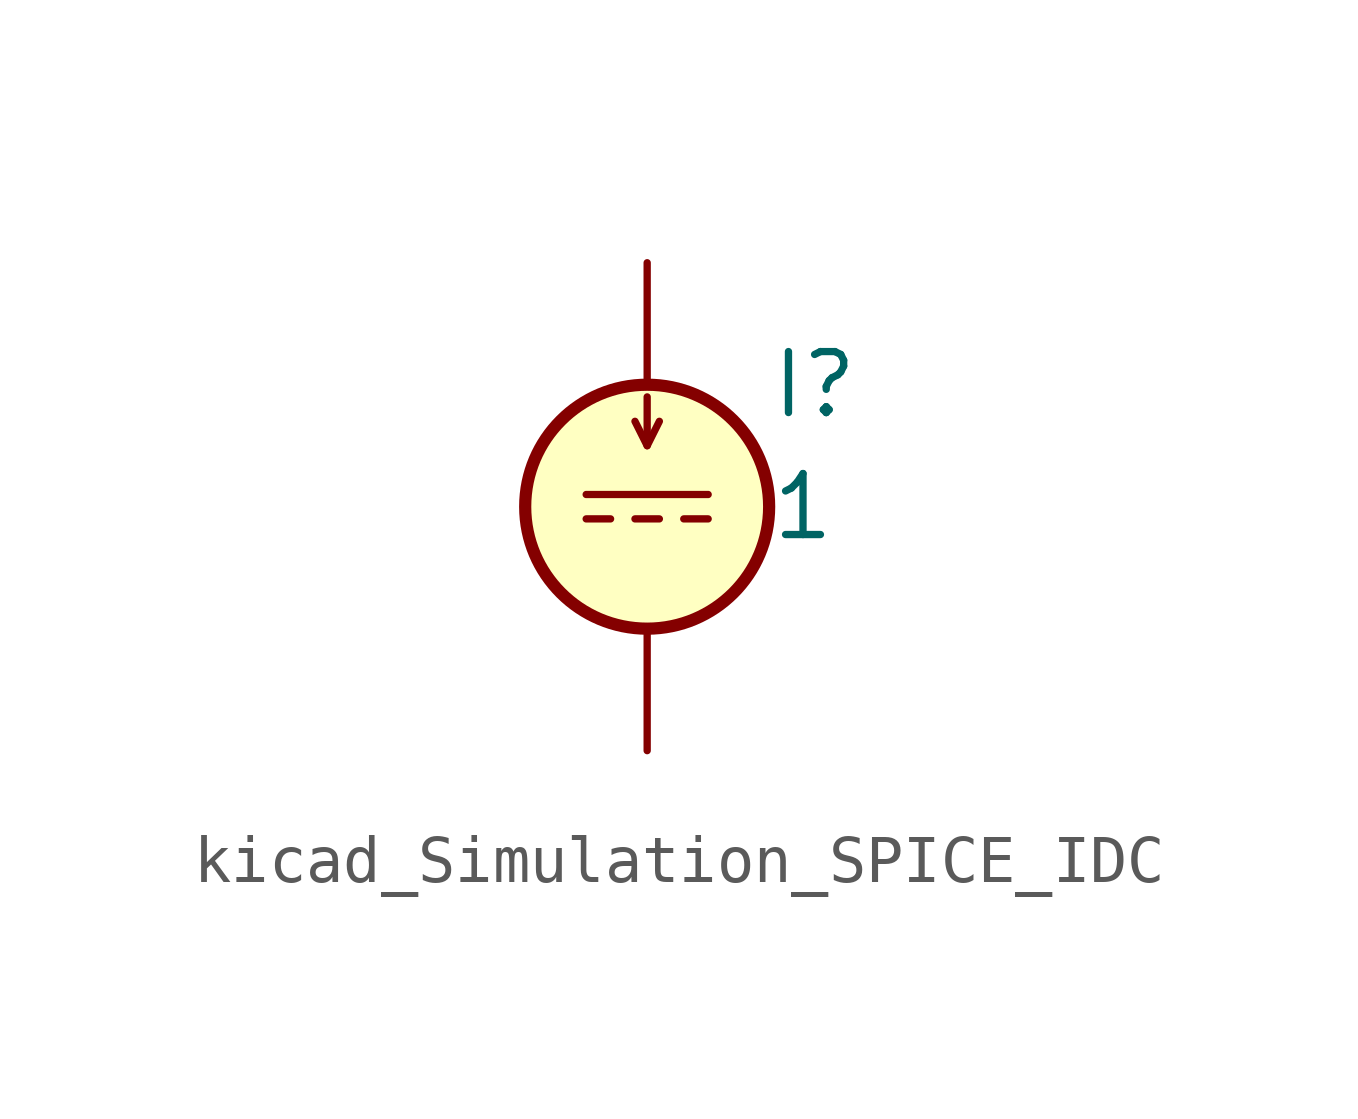
<source format=kicad_sym>
(kicad_symbol_lib
  (version 20220914)
  (generator kicad_symbol_editor)
  (symbol "kicad_Simulation_SPICE_IDC"
    (pin_numbers hide)
    (pin_names
      (offset 0.025))
    (property "Reference" "I"
      (at 2.54 2.54 0)
      (effects (font (size 1.27 1.27)) (justify left)))
    (property "Value" "1"
      (at 2.54 0 0)
      (effects (font (size 1.27 1.27)) (justify left)))
    (symbol "kicad_Simulation_SPICE_IDC_0_0"
      (polyline (pts (xy -1.27 0.254) (xy 1.27 0.254)) (stroke (width 0) (type default)) (fill (type none)))
      (polyline (pts (xy -0.762 -0.254) (xy -1.27 -0.254)) (stroke (width 0) (type default)) (fill (type none)))
      (polyline (pts (xy 0.254 -0.254) (xy -0.254 -0.254)) (stroke (width 0) (type default)) (fill (type none)))
      (polyline (pts (xy 1.27 -0.254) (xy 0.762 -0.254)) (stroke (width 0) (type default)) (fill (type none))))
    (symbol "kicad_Simulation_SPICE_IDC_0_1"
      (polyline (pts (xy 0 1.27) (xy 0 2.286)) (stroke (width 0) (type default)) (fill (type none)))
      (polyline (pts (xy -0.254 1.778) (xy 0 1.27) (xy 0.254 1.778)) (stroke (width 0) (type default)) (fill (type none)))
      (circle (center 0 0) (radius 2.54) (stroke (width 0.254) (type default)) (fill (type background))))
    (symbol "kicad_Simulation_SPICE_IDC_1_1"
      (pin passive line (at 0 5.08 270) (length 2.54) (name "~" (effects (font (size 1.27 1.27)))) (number "1" (effects (font (size 1.27 1.27)))))
      (pin passive line (at 0 -5.08 90) (length 2.54) (name "~" (effects (font (size 1.27 1.27)))) (number "2" (effects (font (size 1.27 1.27))))))))
</source>
